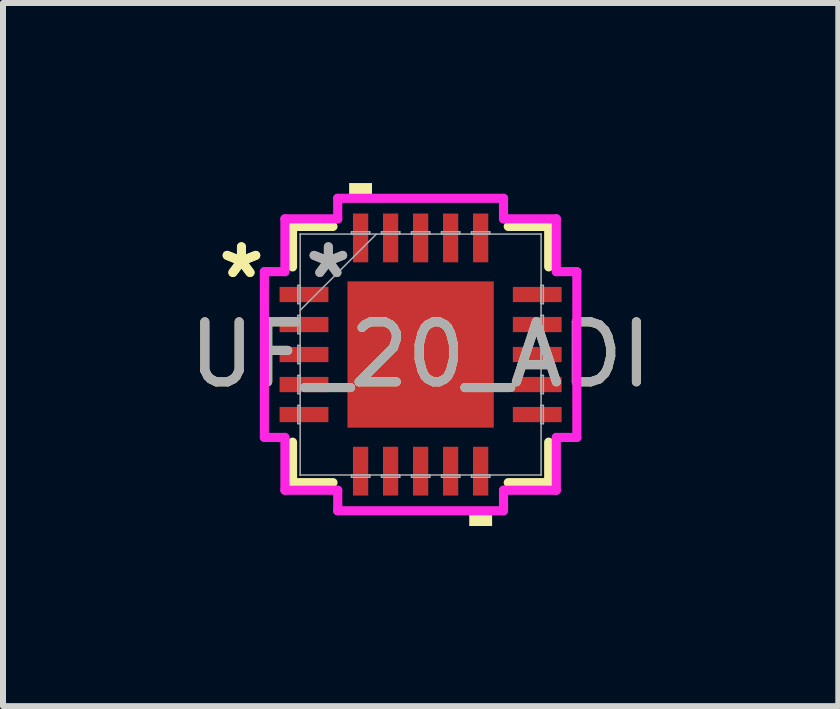
<source format=kicad_pcb>
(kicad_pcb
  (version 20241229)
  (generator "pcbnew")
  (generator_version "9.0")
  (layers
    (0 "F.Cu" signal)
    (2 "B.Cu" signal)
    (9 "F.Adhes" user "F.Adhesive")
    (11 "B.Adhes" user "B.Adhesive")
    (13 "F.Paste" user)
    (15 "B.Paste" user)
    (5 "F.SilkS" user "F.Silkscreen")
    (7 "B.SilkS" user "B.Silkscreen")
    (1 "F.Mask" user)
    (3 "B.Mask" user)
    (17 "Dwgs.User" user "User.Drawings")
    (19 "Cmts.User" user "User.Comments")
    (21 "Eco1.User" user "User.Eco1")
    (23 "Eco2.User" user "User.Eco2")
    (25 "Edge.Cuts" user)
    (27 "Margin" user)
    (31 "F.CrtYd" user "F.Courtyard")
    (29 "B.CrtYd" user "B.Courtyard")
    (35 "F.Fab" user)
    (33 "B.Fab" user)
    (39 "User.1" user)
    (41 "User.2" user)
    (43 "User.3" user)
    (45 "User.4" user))
  (footprint "UF_20_ADI"
    (layer "F.Cu")
    (at 3.958 2.857)
    (property "Reference" "UF_20_ADI" (at 0 0 0) (unlocked yes) (layer "F.SilkS") (effects (font (size 1 1) (thickness 0.15))))
    (attr smd)
    (fp_line (start -2.134 -2.134) (end -2.134 -1.46) (stroke (width 0.152) (type solid)) (layer "F.SilkS"))
    (fp_line (start -2.134 1.46) (end -2.134 2.134) (stroke (width 0.152) (type solid)) (layer "F.SilkS"))
    (fp_line (start -2.134 2.134) (end -1.46 2.134) (stroke (width 0.152) (type solid)) (layer "F.SilkS"))
    (fp_line (start -1.46 -2.134) (end -2.134 -2.134) (stroke (width 0.152) (type solid)) (layer "F.SilkS"))
    (fp_line (start 1.46 2.134) (end 2.134 2.134) (stroke (width 0.152) (type solid)) (layer "F.SilkS"))
    (fp_line (start 2.134 -2.134) (end 1.46 -2.134) (stroke (width 0.152) (type solid)) (layer "F.SilkS"))
    (fp_line (start 2.134 -1.46) (end 2.134 -2.134) (stroke (width 0.152) (type solid)) (layer "F.SilkS"))
    (fp_line (start 2.134 2.134) (end 2.134 1.46) (stroke (width 0.152) (type solid)) (layer "F.SilkS"))
    (fp_poly (pts (xy -1.191 -2.603) (xy -1.191 -2.857) (xy -0.81 -2.857) (xy -0.81 -2.603)) (stroke (width 0) (type solid)) (fill yes) (layer "F.SilkS"))
    (fp_poly (pts (xy 0.81 2.603) (xy 0.81 2.857) (xy 1.191 2.857) (xy 1.191 2.603)) (stroke (width 0) (type solid)) (fill yes) (layer "F.SilkS"))
    (fp_line (start -2.603 -1.381) (end -2.261 -1.381) (stroke (width 0.152) (type solid)) (layer "F.CrtYd"))
    (fp_line (start -2.603 1.381) (end -2.603 -1.381) (stroke (width 0.152) (type solid)) (layer "F.CrtYd"))
    (fp_line (start -2.261 -2.261) (end -1.381 -2.261) (stroke (width 0.152) (type solid)) (layer "F.CrtYd"))
    (fp_line (start -2.261 -1.381) (end -2.261 -2.261) (stroke (width 0.152) (type solid)) (layer "F.CrtYd"))
    (fp_line (start -2.261 1.381) (end -2.603 1.381) (stroke (width 0.152) (type solid)) (layer "F.CrtYd"))
    (fp_line (start -2.261 2.261) (end -2.261 1.381) (stroke (width 0.152) (type solid)) (layer "F.CrtYd"))
    (fp_line (start -1.381 -2.603) (end 1.381 -2.603) (stroke (width 0.152) (type solid)) (layer "F.CrtYd"))
    (fp_line (start -1.381 -2.261) (end -1.381 -2.603) (stroke (width 0.152) (type solid)) (layer "F.CrtYd"))
    (fp_line (start -1.381 2.261) (end -2.261 2.261) (stroke (width 0.152) (type solid)) (layer "F.CrtYd"))
    (fp_line (start -1.381 2.603) (end -1.381 2.261) (stroke (width 0.152) (type solid)) (layer "F.CrtYd"))
    (fp_line (start 1.381 -2.603) (end 1.381 -2.261) (stroke (width 0.152) (type solid)) (layer "F.CrtYd"))
    (fp_line (start 1.381 -2.261) (end 2.261 -2.261) (stroke (width 0.152) (type solid)) (layer "F.CrtYd"))
    (fp_line (start 1.381 2.261) (end 1.381 2.603) (stroke (width 0.152) (type solid)) (layer "F.CrtYd"))
    (fp_line (start 1.381 2.603) (end -1.381 2.603) (stroke (width 0.152) (type solid)) (layer "F.CrtYd"))
    (fp_line (start 2.261 -2.261) (end 2.261 -1.381) (stroke (width 0.152) (type solid)) (layer "F.CrtYd"))
    (fp_line (start 2.261 -1.381) (end 2.603 -1.381) (stroke (width 0.152) (type solid)) (layer "F.CrtYd"))
    (fp_line (start 2.261 1.381) (end 2.261 2.261) (stroke (width 0.152) (type solid)) (layer "F.CrtYd"))
    (fp_line (start 2.261 2.261) (end 1.381 2.261) (stroke (width 0.152) (type solid)) (layer "F.CrtYd"))
    (fp_line (start 2.603 -1.381) (end 2.603 1.381) (stroke (width 0.152) (type solid)) (layer "F.CrtYd"))
    (fp_line (start 2.603 1.381) (end 2.261 1.381) (stroke (width 0.152) (type solid)) (layer "F.CrtYd"))
    (fp_line (start -2.045 -1.152) (end -2.045 -0.848) (stroke (width 0.025) (type solid)) (layer "F.Fab"))
    (fp_line (start -2.045 -0.848) (end -2.007 -0.848) (stroke (width 0.025) (type solid)) (layer "F.Fab"))
    (fp_line (start -2.045 -0.652) (end -2.045 -0.348) (stroke (width 0.025) (type solid)) (layer "F.Fab"))
    (fp_line (start -2.045 -0.348) (end -2.007 -0.348) (stroke (width 0.025) (type solid)) (layer "F.Fab"))
    (fp_line (start -2.045 -0.152) (end -2.045 0.152) (stroke (width 0.025) (type solid)) (layer "F.Fab"))
    (fp_line (start -2.045 0.152) (end -2.007 0.152) (stroke (width 0.025) (type solid)) (layer "F.Fab"))
    (fp_line (start -2.045 0.348) (end -2.045 0.652) (stroke (width 0.025) (type solid)) (layer "F.Fab"))
    (fp_line (start -2.045 0.652) (end -2.007 0.652) (stroke (width 0.025) (type solid)) (layer "F.Fab"))
    (fp_line (start -2.045 0.848) (end -2.045 1.152) (stroke (width 0.025) (type solid)) (layer "F.Fab"))
    (fp_line (start -2.045 1.152) (end -2.007 1.152) (stroke (width 0.025) (type solid)) (layer "F.Fab"))
    (fp_line (start -2.007 -2.007) (end -2.007 -2.007) (stroke (width 0.025) (type solid)) (layer "F.Fab"))
    (fp_line (start -2.007 -2.007) (end -2.007 2.007) (stroke (width 0.025) (type solid)) (layer "F.Fab"))
    (fp_line (start -2.007 -1.152) (end -2.045 -1.152) (stroke (width 0.025) (type solid)) (layer "F.Fab"))
    (fp_line (start -2.007 -0.848) (end -2.007 -1.152) (stroke (width 0.025) (type solid)) (layer "F.Fab"))
    (fp_line (start -2.007 -0.737) (end -0.737 -2.007) (stroke (width 0.025) (type solid)) (layer "F.Fab"))
    (fp_line (start -2.007 -0.652) (end -2.045 -0.652) (stroke (width 0.025) (type solid)) (layer "F.Fab"))
    (fp_line (start -2.007 -0.348) (end -2.007 -0.652) (stroke (width 0.025) (type solid)) (layer "F.Fab"))
    (fp_line (start -2.007 -0.152) (end -2.045 -0.152) (stroke (width 0.025) (type solid)) (layer "F.Fab"))
    (fp_line (start -2.007 0.152) (end -2.007 -0.152) (stroke (width 0.025) (type solid)) (layer "F.Fab"))
    (fp_line (start -2.007 0.348) (end -2.045 0.348) (stroke (width 0.025) (type solid)) (layer "F.Fab"))
    (fp_line (start -2.007 0.652) (end -2.007 0.348) (stroke (width 0.025) (type solid)) (layer "F.Fab"))
    (fp_line (start -2.007 0.848) (end -2.045 0.848) (stroke (width 0.025) (type solid)) (layer "F.Fab"))
    (fp_line (start -2.007 1.152) (end -2.007 0.848) (stroke (width 0.025) (type solid)) (layer "F.Fab"))
    (fp_line (start -2.007 2.007) (end -2.007 2.007) (stroke (width 0.025) (type solid)) (layer "F.Fab"))
    (fp_line (start -2.007 2.007) (end 2.007 2.007) (stroke (width 0.025) (type solid)) (layer "F.Fab"))
    (fp_line (start -1.152 -2.045) (end -1.152 -2.007) (stroke (width 0.025) (type solid)) (layer "F.Fab"))
    (fp_line (start -1.152 -2.007) (end -0.848 -2.007) (stroke (width 0.025) (type solid)) (layer "F.Fab"))
    (fp_line (start -1.152 2.007) (end -1.152 2.045) (stroke (width 0.025) (type solid)) (layer "F.Fab"))
    (fp_line (start -1.152 2.045) (end -0.848 2.045) (stroke (width 0.025) (type solid)) (layer "F.Fab"))
    (fp_line (start -0.848 -2.045) (end -1.152 -2.045) (stroke (width 0.025) (type solid)) (layer "F.Fab"))
    (fp_line (start -0.848 -2.007) (end -0.848 -2.045) (stroke (width 0.025) (type solid)) (layer "F.Fab"))
    (fp_line (start -0.848 2.007) (end -1.152 2.007) (stroke (width 0.025) (type solid)) (layer "F.Fab"))
    (fp_line (start -0.848 2.045) (end -0.848 2.007) (stroke (width 0.025) (type solid)) (layer "F.Fab"))
    (fp_line (start -0.652 -2.045) (end -0.652 -2.007) (stroke (width 0.025) (type solid)) (layer "F.Fab"))
    (fp_line (start -0.652 -2.007) (end -0.348 -2.007) (stroke (width 0.025) (type solid)) (layer "F.Fab"))
    (fp_line (start -0.652 2.007) (end -0.652 2.045) (stroke (width 0.025) (type solid)) (layer "F.Fab"))
    (fp_line (start -0.652 2.045) (end -0.348 2.045) (stroke (width 0.025) (type solid)) (layer "F.Fab"))
    (fp_line (start -0.348 -2.045) (end -0.652 -2.045) (stroke (width 0.025) (type solid)) (layer "F.Fab"))
    (fp_line (start -0.348 -2.007) (end -0.348 -2.045) (stroke (width 0.025) (type solid)) (layer "F.Fab"))
    (fp_line (start -0.348 2.007) (end -0.652 2.007) (stroke (width 0.025) (type solid)) (layer "F.Fab"))
    (fp_line (start -0.348 2.045) (end -0.348 2.007) (stroke (width 0.025) (type solid)) (layer "F.Fab"))
    (fp_line (start -0.152 -2.045) (end -0.152 -2.007) (stroke (width 0.025) (type solid)) (layer "F.Fab"))
    (fp_line (start -0.152 -2.007) (end 0.152 -2.007) (stroke (width 0.025) (type solid)) (layer "F.Fab"))
    (fp_line (start -0.152 2.007) (end -0.152 2.045) (stroke (width 0.025) (type solid)) (layer "F.Fab"))
    (fp_line (start -0.152 2.045) (end 0.152 2.045) (stroke (width 0.025) (type solid)) (layer "F.Fab"))
    (fp_line (start 0.152 -2.045) (end -0.152 -2.045) (stroke (width 0.025) (type solid)) (layer "F.Fab"))
    (fp_line (start 0.152 -2.007) (end 0.152 -2.045) (stroke (width 0.025) (type solid)) (layer "F.Fab"))
    (fp_line (start 0.152 2.007) (end -0.152 2.007) (stroke (width 0.025) (type solid)) (layer "F.Fab"))
    (fp_line (start 0.152 2.045) (end 0.152 2.007) (stroke (width 0.025) (type solid)) (layer "F.Fab"))
    (fp_line (start 0.348 -2.045) (end 0.348 -2.007) (stroke (width 0.025) (type solid)) (layer "F.Fab"))
    (fp_line (start 0.348 -2.007) (end 0.652 -2.007) (stroke (width 0.025) (type solid)) (layer "F.Fab"))
    (fp_line (start 0.348 2.007) (end 0.348 2.045) (stroke (width 0.025) (type solid)) (layer "F.Fab"))
    (fp_line (start 0.348 2.045) (end 0.652 2.045) (stroke (width 0.025) (type solid)) (layer "F.Fab"))
    (fp_line (start 0.652 -2.045) (end 0.348 -2.045) (stroke (width 0.025) (type solid)) (layer "F.Fab"))
    (fp_line (start 0.652 -2.007) (end 0.652 -2.045) (stroke (width 0.025) (type solid)) (layer "F.Fab"))
    (fp_line (start 0.652 2.007) (end 0.348 2.007) (stroke (width 0.025) (type solid)) (layer "F.Fab"))
    (fp_line (start 0.652 2.045) (end 0.652 2.007) (stroke (width 0.025) (type solid)) (layer "F.Fab"))
    (fp_line (start 0.848 -2.045) (end 0.848 -2.007) (stroke (width 0.025) (type solid)) (layer "F.Fab"))
    (fp_line (start 0.848 -2.007) (end 1.152 -2.007) (stroke (width 0.025) (type solid)) (layer "F.Fab"))
    (fp_line (start 0.848 2.007) (end 0.848 2.045) (stroke (width 0.025) (type solid)) (layer "F.Fab"))
    (fp_line (start 0.848 2.045) (end 1.152 2.045) (stroke (width 0.025) (type solid)) (layer "F.Fab"))
    (fp_line (start 1.152 -2.045) (end 0.848 -2.045) (stroke (width 0.025) (type solid)) (layer "F.Fab"))
    (fp_line (start 1.152 -2.007) (end 1.152 -2.045) (stroke (width 0.025) (type solid)) (layer "F.Fab"))
    (fp_line (start 1.152 2.007) (end 0.848 2.007) (stroke (width 0.025) (type solid)) (layer "F.Fab"))
    (fp_line (start 1.152 2.045) (end 1.152 2.007) (stroke (width 0.025) (type solid)) (layer "F.Fab"))
    (fp_line (start 2.007 -2.007) (end -2.007 -2.007) (stroke (width 0.025) (type solid)) (layer "F.Fab"))
    (fp_line (start 2.007 -2.007) (end 2.007 -2.007) (stroke (width 0.025) (type solid)) (layer "F.Fab"))
    (fp_line (start 2.007 -1.152) (end 2.007 -0.848) (stroke (width 0.025) (type solid)) (layer "F.Fab"))
    (fp_line (start 2.007 -0.848) (end 2.045 -0.848) (stroke (width 0.025) (type solid)) (layer "F.Fab"))
    (fp_line (start 2.007 -0.652) (end 2.007 -0.348) (stroke (width 0.025) (type solid)) (layer "F.Fab"))
    (fp_line (start 2.007 -0.348) (end 2.045 -0.348) (stroke (width 0.025) (type solid)) (layer "F.Fab"))
    (fp_line (start 2.007 -0.152) (end 2.007 0.152) (stroke (width 0.025) (type solid)) (layer "F.Fab"))
    (fp_line (start 2.007 0.152) (end 2.045 0.152) (stroke (width 0.025) (type solid)) (layer "F.Fab"))
    (fp_line (start 2.007 0.348) (end 2.007 0.652) (stroke (width 0.025) (type solid)) (layer "F.Fab"))
    (fp_line (start 2.007 0.652) (end 2.045 0.652) (stroke (width 0.025) (type solid)) (layer "F.Fab"))
    (fp_line (start 2.007 0.848) (end 2.007 1.152) (stroke (width 0.025) (type solid)) (layer "F.Fab"))
    (fp_line (start 2.007 1.152) (end 2.045 1.152) (stroke (width 0.025) (type solid)) (layer "F.Fab"))
    (fp_line (start 2.007 2.007) (end 2.007 -2.007) (stroke (width 0.025) (type solid)) (layer "F.Fab"))
    (fp_line (start 2.007 2.007) (end 2.007 2.007) (stroke (width 0.025) (type solid)) (layer "F.Fab"))
    (fp_line (start 2.045 -1.152) (end 2.007 -1.152) (stroke (width 0.025) (type solid)) (layer "F.Fab"))
    (fp_line (start 2.045 -0.848) (end 2.045 -1.152) (stroke (width 0.025) (type solid)) (layer "F.Fab"))
    (fp_line (start 2.045 -0.652) (end 2.007 -0.652) (stroke (width 0.025) (type solid)) (layer "F.Fab"))
    (fp_line (start 2.045 -0.348) (end 2.045 -0.652) (stroke (width 0.025) (type solid)) (layer "F.Fab"))
    (fp_line (start 2.045 -0.152) (end 2.007 -0.152) (stroke (width 0.025) (type solid)) (layer "F.Fab"))
    (fp_line (start 2.045 0.152) (end 2.045 -0.152) (stroke (width 0.025) (type solid)) (layer "F.Fab"))
    (fp_line (start 2.045 0.348) (end 2.007 0.348) (stroke (width 0.025) (type solid)) (layer "F.Fab"))
    (fp_line (start 2.045 0.652) (end 2.045 0.348) (stroke (width 0.025) (type solid)) (layer "F.Fab"))
    (fp_line (start 2.045 0.848) (end 2.007 0.848) (stroke (width 0.025) (type solid)) (layer "F.Fab"))
    (fp_line (start 2.045 1.152) (end 2.045 0.848) (stroke (width 0.025) (type solid)) (layer "F.Fab"))
    (fp_text user "*" (at -2.985 -1.25 0) (unlocked yes) (layer "F.SilkS") (effects (font (size 1 1) (thickness 0.15))))
    (fp_text user "*" (at -2.985 -1.25 0) (layer "F.SilkS") (effects (font (size 1 1) (thickness 0.15))))
    (fp_text user "*" (at -1.537 -1.25 0) (layer "F.Fab") (effects (font (size 1 1) (thickness 0.15))))
    (fp_text user "${REFERENCE}" (at 0 0 0) (unlocked yes) (layer "F.Fab") (effects (font (size 1 1) (thickness 0.15))))
    (fp_text user "*" (at -1.537 -1.25 0) (unlocked yes) (layer "F.Fab") (effects (font (size 1 1) (thickness 0.15))))
    (pad "1" smd rect (at -1.943 -1 90) (size 0.254 0.813) (layers "F.Cu" "F.Mask" "F.Paste"))
    (pad "2" smd rect (at -1.943 -0.5 90) (size 0.254 0.813) (layers "F.Cu" "F.Mask" "F.Paste"))
    (pad "3" smd rect (at -1.943 0 90) (size 0.254 0.813) (layers "F.Cu" "F.Mask" "F.Paste"))
    (pad "4" smd rect (at -1.943 0.5 90) (size 0.254 0.813) (layers "F.Cu" "F.Mask" "F.Paste"))
    (pad "5" smd rect (at -1.943 1 90) (size 0.254 0.813) (layers "F.Cu" "F.Mask" "F.Paste"))
    (pad "6" smd rect (at -1 1.943) (size 0.254 0.813) (layers "F.Cu" "F.Mask" "F.Paste"))
    (pad "7" smd rect (at -0.5 1.943) (size 0.254 0.813) (layers "F.Cu" "F.Mask" "F.Paste"))
    (pad "8" smd rect (at 0 1.943) (size 0.254 0.813) (layers "F.Cu" "F.Mask" "F.Paste"))
    (pad "9" smd rect (at 0.5 1.943) (size 0.254 0.813) (layers "F.Cu" "F.Mask" "F.Paste"))
    (pad "10" smd rect (at 1 1.943) (size 0.254 0.813) (layers "F.Cu" "F.Mask" "F.Paste"))
    (pad "11" smd rect (at 1.943 1 90) (size 0.254 0.813) (layers "F.Cu" "F.Mask" "F.Paste"))
    (pad "12" smd rect (at 1.943 0.5 90) (size 0.254 0.813) (layers "F.Cu" "F.Mask" "F.Paste"))
    (pad "13" smd rect (at 1.943 0 90) (size 0.254 0.813) (layers "F.Cu" "F.Mask" "F.Paste"))
    (pad "14" smd rect (at 1.943 -0.5 90) (size 0.254 0.813) (layers "F.Cu" "F.Mask" "F.Paste"))
    (pad "15" smd rect (at 1.943 -1 90) (size 0.254 0.813) (layers "F.Cu" "F.Mask" "F.Paste"))
    (pad "16" smd rect (at 1 -1.943) (size 0.254 0.813) (layers "F.Cu" "F.Mask" "F.Paste"))
    (pad "17" smd rect (at 0.5 -1.943) (size 0.254 0.813) (layers "F.Cu" "F.Mask" "F.Paste"))
    (pad "18" smd rect (at 0 -1.943) (size 0.254 0.813) (layers "F.Cu" "F.Mask" "F.Paste"))
    (pad "19" smd rect (at -0.5 -1.943) (size 0.254 0.813) (layers "F.Cu" "F.Mask" "F.Paste"))
    (pad "20" smd rect (at -1 -1.943) (size 0.254 0.813) (layers "F.Cu" "F.Mask" "F.Paste"))
    (pad "21" smd rect (at 0 0) (size 2.438 2.438) (layers "F.Cu" "F.Mask" "F.Paste")))
  (gr_rect
    (start -3 -3)
    (end 10.917 8.715)
    (stroke (width 0.1) (type default))
    (fill no)
    (layer "Edge.Cuts")))
</source>
